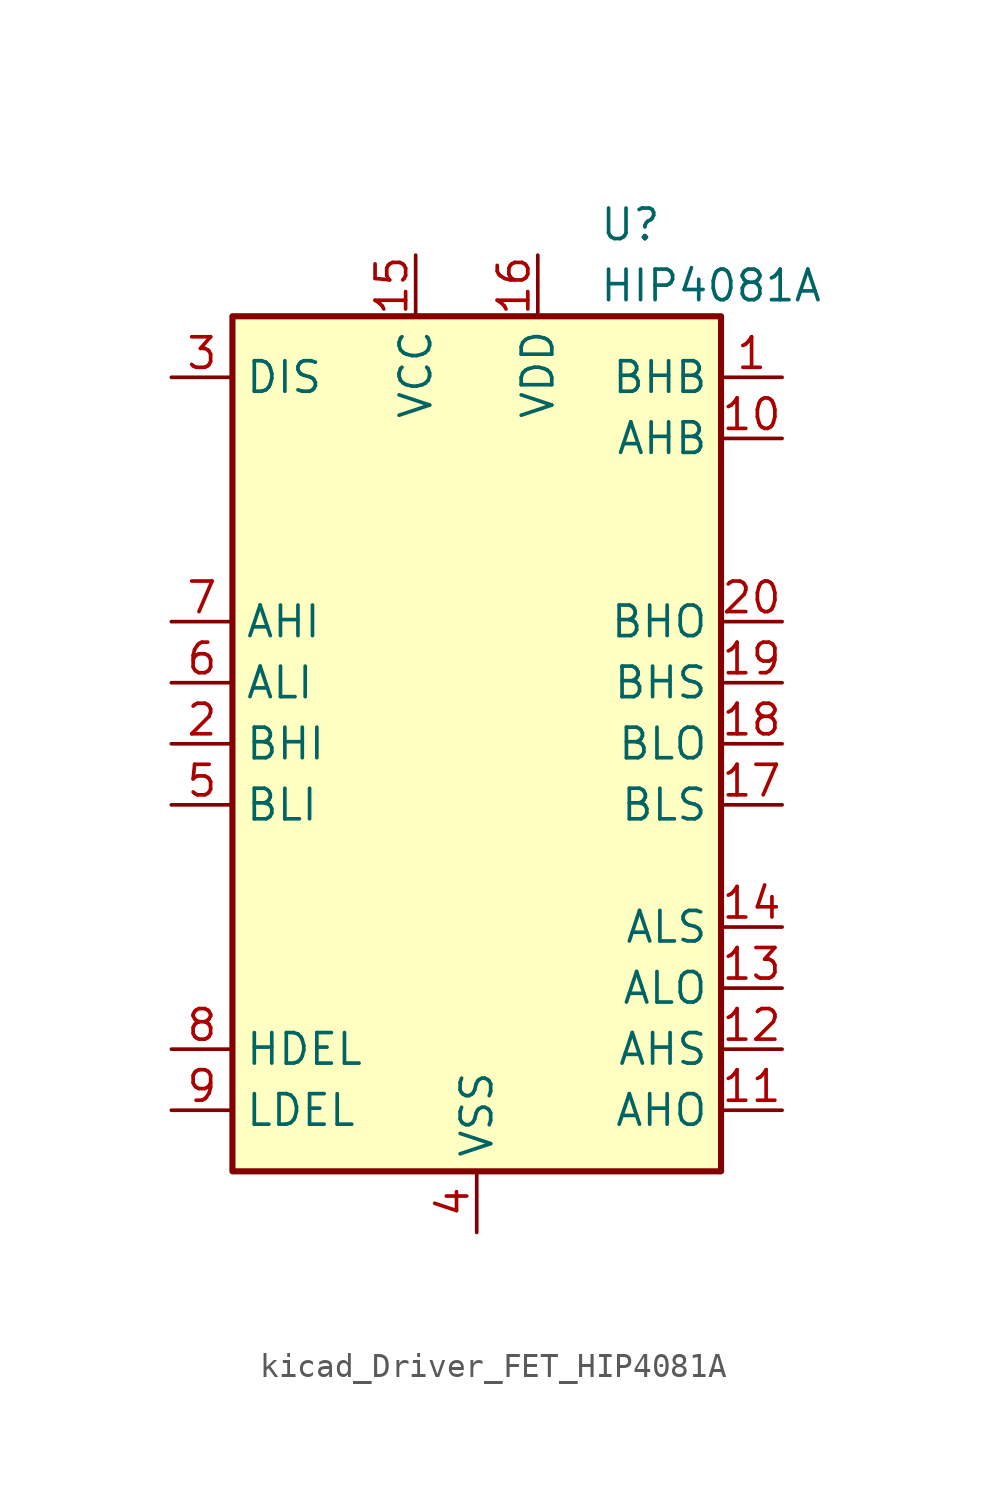
<source format=kicad_sym>
(kicad_symbol_lib
  (version 20220914)
  (generator kicad_symbol_editor)
  (symbol "kicad_Driver_FET_HIP4081A"
    (property "Reference" "U"
      (at 5.08 21.59 0)
      (effects (font (size 1.27 1.27)) (justify left)))
    (property "Value" "HIP4081A"
      (at 5.08 19.05 0)
      (effects (font (size 1.27 1.27)) (justify left)))
    (symbol "kicad_Driver_FET_HIP4081A_0_1"
      (rectangle (start -10.16 -17.78) (end 10.16 17.78) (stroke (width 0.254) (type default)) (fill (type background))))
    (symbol "kicad_Driver_FET_HIP4081A_1_1"
      (pin input line (at 12.7 15.24 180) (length 2.54) (name "BHB" (effects (font (size 1.27 1.27)))) (number "1" (effects (font (size 1.27 1.27)))))
      (pin input line (at 12.7 12.7 180) (length 2.54) (name "AHB" (effects (font (size 1.27 1.27)))) (number "10" (effects (font (size 1.27 1.27)))))
      (pin output line (at 12.7 -15.24 180) (length 2.54) (name "AHO" (effects (font (size 1.27 1.27)))) (number "11" (effects (font (size 1.27 1.27)))))
      (pin passive line (at 12.7 -12.7 180) (length 2.54) (name "AHS" (effects (font (size 1.27 1.27)))) (number "12" (effects (font (size 1.27 1.27)))))
      (pin output line (at 12.7 -10.16 180) (length 2.54) (name "ALO" (effects (font (size 1.27 1.27)))) (number "13" (effects (font (size 1.27 1.27)))))
      (pin passive line (at 12.7 -7.62 180) (length 2.54) (name "ALS" (effects (font (size 1.27 1.27)))) (number "14" (effects (font (size 1.27 1.27)))))
      (pin power_in line (at -2.54 20.32 270) (length 2.54) (name "VCC" (effects (font (size 1.27 1.27)))) (number "15" (effects (font (size 1.27 1.27)))))
      (pin power_in line (at 2.54 20.32 270) (length 2.54) (name "VDD" (effects (font (size 1.27 1.27)))) (number "16" (effects (font (size 1.27 1.27)))))
      (pin passive line (at 12.7 -2.54 180) (length 2.54) (name "BLS" (effects (font (size 1.27 1.27)))) (number "17" (effects (font (size 1.27 1.27)))))
      (pin output line (at 12.7 0 180) (length 2.54) (name "BLO" (effects (font (size 1.27 1.27)))) (number "18" (effects (font (size 1.27 1.27)))))
      (pin passive line (at 12.7 2.54 180) (length 2.54) (name "BHS" (effects (font (size 1.27 1.27)))) (number "19" (effects (font (size 1.27 1.27)))))
      (pin input line (at -12.7 0 0) (length 2.54) (name "BHI" (effects (font (size 1.27 1.27)))) (number "2" (effects (font (size 1.27 1.27)))))
      (pin output line (at 12.7 5.08 180) (length 2.54) (name "BHO" (effects (font (size 1.27 1.27)))) (number "20" (effects (font (size 1.27 1.27)))))
      (pin output line (at -12.7 15.24 0) (length 2.54) (name "DIS" (effects (font (size 1.27 1.27)))) (number "3" (effects (font (size 1.27 1.27)))))
      (pin power_in line (at 0 -20.32 90) (length 2.54) (name "VSS" (effects (font (size 1.27 1.27)))) (number "4" (effects (font (size 1.27 1.27)))))
      (pin input line (at -12.7 -2.54 0) (length 2.54) (name "BLI" (effects (font (size 1.27 1.27)))) (number "5" (effects (font (size 1.27 1.27)))))
      (pin input line (at -12.7 2.54 0) (length 2.54) (name "ALI" (effects (font (size 1.27 1.27)))) (number "6" (effects (font (size 1.27 1.27)))))
      (pin input line (at -12.7 5.08 0) (length 2.54) (name "AHI" (effects (font (size 1.27 1.27)))) (number "7" (effects (font (size 1.27 1.27)))))
      (pin passive line (at -12.7 -12.7 0) (length 2.54) (name "HDEL" (effects (font (size 1.27 1.27)))) (number "8" (effects (font (size 1.27 1.27)))))
      (pin passive line (at -12.7 -15.24 0) (length 2.54) (name "LDEL" (effects (font (size 1.27 1.27)))) (number "9" (effects (font (size 1.27 1.27))))))))
</source>
